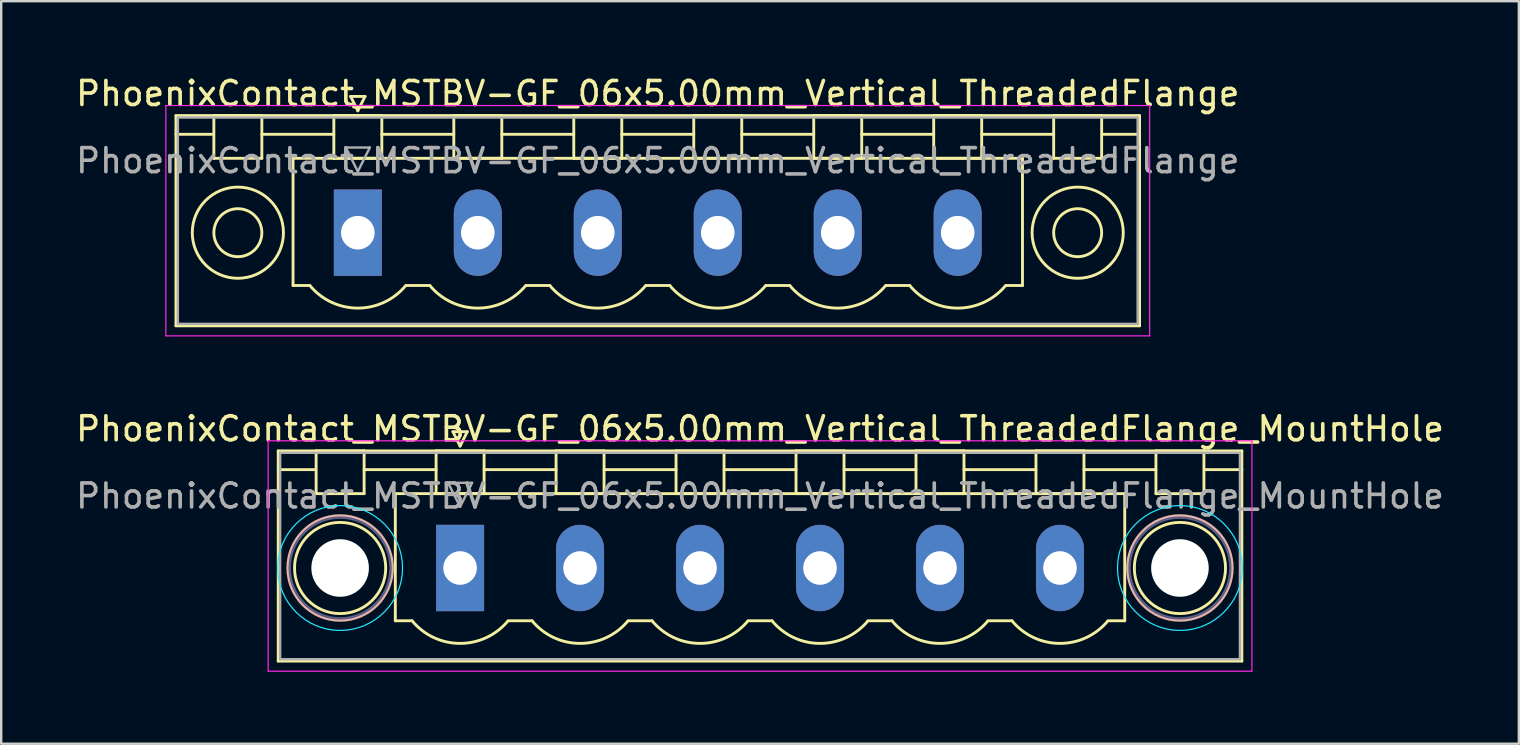
<source format=kicad_pcb>
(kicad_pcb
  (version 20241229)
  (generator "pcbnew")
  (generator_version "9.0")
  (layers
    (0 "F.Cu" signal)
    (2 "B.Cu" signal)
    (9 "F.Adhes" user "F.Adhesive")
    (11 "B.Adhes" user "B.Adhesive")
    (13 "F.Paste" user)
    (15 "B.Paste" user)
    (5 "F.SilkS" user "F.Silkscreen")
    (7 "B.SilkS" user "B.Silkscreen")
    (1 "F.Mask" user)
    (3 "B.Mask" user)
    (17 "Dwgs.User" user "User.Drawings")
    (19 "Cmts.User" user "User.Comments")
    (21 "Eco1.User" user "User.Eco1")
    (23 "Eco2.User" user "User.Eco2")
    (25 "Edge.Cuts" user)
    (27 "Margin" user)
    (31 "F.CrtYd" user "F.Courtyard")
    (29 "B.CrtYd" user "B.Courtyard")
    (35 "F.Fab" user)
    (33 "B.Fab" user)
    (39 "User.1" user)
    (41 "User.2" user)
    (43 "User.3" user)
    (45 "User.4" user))
  (footprint "PhoenixContact_MSTBV-GF_06x5.00mm_Vertical_ThreadedFlange"
    (layer "F.Cu")
    (at 11.863 6.648)
    (property "Reference" "PhoenixContact_MSTBV-GF_06x5.00mm_Vertical_ThreadedFlange" (at 12.5 -5.8 0) (layer "F.SilkS") (effects (font (size 1 1) (thickness 0.15))))
    (attr through_hole)
    (fp_line (start -7.58 -4.88) (end -7.58 3.88) (stroke (width 0.12) (type solid)) (layer "F.SilkS"))
    (fp_line (start -7.58 -4.1) (end -6.08 -4.1) (stroke (width 0.12) (type solid)) (layer "F.SilkS"))
    (fp_line (start -7.58 3.88) (end 32.58 3.88) (stroke (width 0.12) (type solid)) (layer "F.SilkS"))
    (fp_line (start -6 -4.88) (end -4 -4.88) (stroke (width 0.12) (type solid)) (layer "F.SilkS"))
    (fp_line (start -6 -3.1) (end -6 -4.88) (stroke (width 0.12) (type solid)) (layer "F.SilkS"))
    (fp_line (start -4 -4.88) (end -4 -3.1) (stroke (width 0.12) (type solid)) (layer "F.SilkS"))
    (fp_line (start -4 -4.1) (end -1 -4.1) (stroke (width 0.12) (type solid)) (layer "F.SilkS"))
    (fp_line (start -4 -3.1) (end -6 -3.1) (stroke (width 0.12) (type solid)) (layer "F.SilkS"))
    (fp_line (start -2.7 -3.1) (end 27.7 -3.1) (stroke (width 0.12) (type solid)) (layer "F.SilkS"))
    (fp_line (start -2.7 2.2) (end -2.7 -3.1) (stroke (width 0.12) (type solid)) (layer "F.SilkS"))
    (fp_line (start -2 2.2) (end -2.7 2.2) (stroke (width 0.12) (type solid)) (layer "F.SilkS"))
    (fp_line (start -1 -4.88) (end 1 -4.88) (stroke (width 0.12) (type solid)) (layer "F.SilkS"))
    (fp_line (start -1 -3.1) (end -1 -4.88) (stroke (width 0.12) (type solid)) (layer "F.SilkS"))
    (fp_line (start -0.3 -5.68) (end 0.3 -5.68) (stroke (width 0.12) (type solid)) (layer "F.SilkS"))
    (fp_line (start 0 -5.08) (end -0.3 -5.68) (stroke (width 0.12) (type solid)) (layer "F.SilkS"))
    (fp_line (start 0.3 -5.68) (end 0 -5.08) (stroke (width 0.12) (type solid)) (layer "F.SilkS"))
    (fp_line (start 1 -4.88) (end 1 -3.1) (stroke (width 0.12) (type solid)) (layer "F.SilkS"))
    (fp_line (start 1 -4.1) (end 4 -4.1) (stroke (width 0.12) (type solid)) (layer "F.SilkS"))
    (fp_line (start 1 -3.1) (end -1 -3.1) (stroke (width 0.12) (type solid)) (layer "F.SilkS"))
    (fp_line (start 2 2.2) (end 3 2.2) (stroke (width 0.12) (type solid)) (layer "F.SilkS"))
    (fp_line (start 4 -4.88) (end 6 -4.88) (stroke (width 0.12) (type solid)) (layer "F.SilkS"))
    (fp_line (start 4 -3.1) (end 4 -4.88) (stroke (width 0.12) (type solid)) (layer "F.SilkS"))
    (fp_line (start 6 -4.88) (end 6 -3.1) (stroke (width 0.12) (type solid)) (layer "F.SilkS"))
    (fp_line (start 6 -4.1) (end 9 -4.1) (stroke (width 0.12) (type solid)) (layer "F.SilkS"))
    (fp_line (start 6 -3.1) (end 4 -3.1) (stroke (width 0.12) (type solid)) (layer "F.SilkS"))
    (fp_line (start 7 2.2) (end 8 2.2) (stroke (width 0.12) (type solid)) (layer "F.SilkS"))
    (fp_line (start 9 -4.88) (end 11 -4.88) (stroke (width 0.12) (type solid)) (layer "F.SilkS"))
    (fp_line (start 9 -3.1) (end 9 -4.88) (stroke (width 0.12) (type solid)) (layer "F.SilkS"))
    (fp_line (start 11 -4.88) (end 11 -3.1) (stroke (width 0.12) (type solid)) (layer "F.SilkS"))
    (fp_line (start 11 -4.1) (end 14 -4.1) (stroke (width 0.12) (type solid)) (layer "F.SilkS"))
    (fp_line (start 11 -3.1) (end 9 -3.1) (stroke (width 0.12) (type solid)) (layer "F.SilkS"))
    (fp_line (start 12 2.2) (end 13 2.2) (stroke (width 0.12) (type solid)) (layer "F.SilkS"))
    (fp_line (start 14 -4.88) (end 16 -4.88) (stroke (width 0.12) (type solid)) (layer "F.SilkS"))
    (fp_line (start 14 -3.1) (end 14 -4.88) (stroke (width 0.12) (type solid)) (layer "F.SilkS"))
    (fp_line (start 16 -4.88) (end 16 -3.1) (stroke (width 0.12) (type solid)) (layer "F.SilkS"))
    (fp_line (start 16 -4.1) (end 19 -4.1) (stroke (width 0.12) (type solid)) (layer "F.SilkS"))
    (fp_line (start 16 -3.1) (end 14 -3.1) (stroke (width 0.12) (type solid)) (layer "F.SilkS"))
    (fp_line (start 17 2.2) (end 18 2.2) (stroke (width 0.12) (type solid)) (layer "F.SilkS"))
    (fp_line (start 19 -4.88) (end 21 -4.88) (stroke (width 0.12) (type solid)) (layer "F.SilkS"))
    (fp_line (start 19 -3.1) (end 19 -4.88) (stroke (width 0.12) (type solid)) (layer "F.SilkS"))
    (fp_line (start 21 -4.88) (end 21 -3.1) (stroke (width 0.12) (type solid)) (layer "F.SilkS"))
    (fp_line (start 21 -4.1) (end 24 -4.1) (stroke (width 0.12) (type solid)) (layer "F.SilkS"))
    (fp_line (start 21 -3.1) (end 19 -3.1) (stroke (width 0.12) (type solid)) (layer "F.SilkS"))
    (fp_line (start 22 2.2) (end 23 2.2) (stroke (width 0.12) (type solid)) (layer "F.SilkS"))
    (fp_line (start 24 -4.88) (end 26 -4.88) (stroke (width 0.12) (type solid)) (layer "F.SilkS"))
    (fp_line (start 24 -3.1) (end 24 -4.88) (stroke (width 0.12) (type solid)) (layer "F.SilkS"))
    (fp_line (start 26 -4.88) (end 26 -3.1) (stroke (width 0.12) (type solid)) (layer "F.SilkS"))
    (fp_line (start 26 -4.1) (end 29 -4.1) (stroke (width 0.12) (type solid)) (layer "F.SilkS"))
    (fp_line (start 26 -3.1) (end 24 -3.1) (stroke (width 0.12) (type solid)) (layer "F.SilkS"))
    (fp_line (start 27.7 -3.1) (end 27.7 2.2) (stroke (width 0.12) (type solid)) (layer "F.SilkS"))
    (fp_line (start 27.7 2.2) (end 27 2.2) (stroke (width 0.12) (type solid)) (layer "F.SilkS"))
    (fp_line (start 29 -4.88) (end 31 -4.88) (stroke (width 0.12) (type solid)) (layer "F.SilkS"))
    (fp_line (start 29 -3.1) (end 29 -4.88) (stroke (width 0.12) (type solid)) (layer "F.SilkS"))
    (fp_line (start 31 -4.88) (end 31 -3.1) (stroke (width 0.12) (type solid)) (layer "F.SilkS"))
    (fp_line (start 31 -3.1) (end 29 -3.1) (stroke (width 0.12) (type solid)) (layer "F.SilkS"))
    (fp_line (start 32.58 -4.88) (end -7.58 -4.88) (stroke (width 0.12) (type solid)) (layer "F.SilkS"))
    (fp_line (start 32.58 -4.1) (end 31.08 -4.1) (stroke (width 0.12) (type solid)) (layer "F.SilkS"))
    (fp_line (start 32.58 3.88) (end 32.58 -4.88) (stroke (width 0.12) (type solid)) (layer "F.SilkS"))
    (fp_arc (start 1.986842 2.215821) (mid -0.010289 3.142758) (end -2 2.2) (stroke (width 0.12) (type solid)) (layer "F.SilkS"))
    (fp_arc (start 6.986842 2.215821) (mid 4.989711 3.142758) (end 3 2.2) (stroke (width 0.12) (type solid)) (layer "F.SilkS"))
    (fp_arc (start 11.986842 2.215821) (mid 9.989711 3.142758) (end 8 2.2) (stroke (width 0.12) (type solid)) (layer "F.SilkS"))
    (fp_arc (start 16.986842 2.215821) (mid 14.989711 3.142758) (end 13 2.2) (stroke (width 0.12) (type solid)) (layer "F.SilkS"))
    (fp_arc (start 21.986842 2.215821) (mid 19.989711 3.142758) (end 18 2.2) (stroke (width 0.12) (type solid)) (layer "F.SilkS"))
    (fp_arc (start 26.986842 2.215821) (mid 24.989711 3.142758) (end 23 2.2) (stroke (width 0.12) (type solid)) (layer "F.SilkS"))
    (fp_circle (center -5 0) (end -4 0) (stroke (width 0.12) (type solid)) (fill no) (layer "F.SilkS"))
    (fp_circle (center -5 0) (end -3.1 0) (stroke (width 0.12) (type solid)) (fill no) (layer "F.SilkS"))
    (fp_circle (center 30 0) (end 31 0) (stroke (width 0.12) (type solid)) (fill no) (layer "F.SilkS"))
    (fp_circle (center 30 0) (end 31.9 0) (stroke (width 0.12) (type solid)) (fill no) (layer "F.SilkS"))
    (fp_line (start -8 -5.3) (end -8 4.3) (stroke (width 0.05) (type solid)) (layer "F.CrtYd"))
    (fp_line (start -8 4.3) (end 33 4.3) (stroke (width 0.05) (type solid)) (layer "F.CrtYd"))
    (fp_line (start 33 -5.3) (end -8 -5.3) (stroke (width 0.05) (type solid)) (layer "F.CrtYd"))
    (fp_line (start 33 4.3) (end 33 -5.3) (stroke (width 0.05) (type solid)) (layer "F.CrtYd"))
    (fp_line (start -7.5 -4.8) (end -7.5 3.8) (stroke (width 0.1) (type solid)) (layer "F.Fab"))
    (fp_line (start -7.5 3.8) (end 32.5 3.8) (stroke (width 0.1) (type solid)) (layer "F.Fab"))
    (fp_line (start -0.5 -3.55) (end 0.5 -3.55) (stroke (width 0.1) (type solid)) (layer "F.Fab"))
    (fp_line (start 0 -2.55) (end -0.5 -3.55) (stroke (width 0.1) (type solid)) (layer "F.Fab"))
    (fp_line (start 0.5 -3.55) (end 0 -2.55) (stroke (width 0.1) (type solid)) (layer "F.Fab"))
    (fp_line (start 32.5 -4.8) (end -7.5 -4.8) (stroke (width 0.1) (type solid)) (layer "F.Fab"))
    (fp_line (start 32.5 3.8) (end 32.5 -4.8) (stroke (width 0.1) (type solid)) (layer "F.Fab"))
    (fp_text user "${REFERENCE}" (at 12.5 -3 0) (layer "F.Fab") (effects (font (size 1 1) (thickness 0.15))))
    (pad "1" thru_hole rect (at 0 0) (size 2 3.6) (drill 1.4) (layers "*.Cu" "*.Mask"))
    (pad "2" thru_hole oval (at 5 0) (size 2 3.6) (drill 1.4) (layers "*.Cu" "*.Mask"))
    (pad "3" thru_hole oval (at 10 0) (size 2 3.6) (drill 1.4) (layers "*.Cu" "*.Mask"))
    (pad "4" thru_hole oval (at 15 0) (size 2 3.6) (drill 1.4) (layers "*.Cu" "*.Mask"))
    (pad "5" thru_hole oval (at 20 0) (size 2 3.6) (drill 1.4) (layers "*.Cu" "*.Mask"))
    (pad "6" thru_hole oval (at 25 0) (size 2 3.6) (drill 1.4) (layers "*.Cu" "*.Mask")))
  (footprint "PhoenixContact_MSTBV-GF_06x5.00mm_Vertical_ThreadedFlange_MountHole"
    (layer "F.Cu")
    (at 16.125 20.622)
    (property "Reference" "PhoenixContact_MSTBV-GF_06x5.00mm_Vertical_ThreadedFlange_MountHole" (at 12.5 -5.8 0) (layer "F.SilkS") (effects (font (size 1 1) (thickness 0.15))))
    (attr through_hole)
    (fp_line (start -7.58 -4.88) (end -7.58 3.88) (stroke (width 0.12) (type solid)) (layer "F.SilkS"))
    (fp_line (start -7.58 -4.1) (end -6.08 -4.1) (stroke (width 0.12) (type solid)) (layer "F.SilkS"))
    (fp_line (start -7.58 3.88) (end 32.58 3.88) (stroke (width 0.12) (type solid)) (layer "F.SilkS"))
    (fp_line (start -6 -4.88) (end -4 -4.88) (stroke (width 0.12) (type solid)) (layer "F.SilkS"))
    (fp_line (start -6 -3.1) (end -6 -4.88) (stroke (width 0.12) (type solid)) (layer "F.SilkS"))
    (fp_line (start -4 -4.88) (end -4 -3.1) (stroke (width 0.12) (type solid)) (layer "F.SilkS"))
    (fp_line (start -4 -4.1) (end -1 -4.1) (stroke (width 0.12) (type solid)) (layer "F.SilkS"))
    (fp_line (start -4 -3.1) (end -6 -3.1) (stroke (width 0.12) (type solid)) (layer "F.SilkS"))
    (fp_line (start -2.7 -3.1) (end 27.7 -3.1) (stroke (width 0.12) (type solid)) (layer "F.SilkS"))
    (fp_line (start -2.7 2.2) (end -2.7 -3.1) (stroke (width 0.12) (type solid)) (layer "F.SilkS"))
    (fp_line (start -2 2.2) (end -2.7 2.2) (stroke (width 0.12) (type solid)) (layer "F.SilkS"))
    (fp_line (start -1 -4.88) (end 1 -4.88) (stroke (width 0.12) (type solid)) (layer "F.SilkS"))
    (fp_line (start -1 -3.1) (end -1 -4.88) (stroke (width 0.12) (type solid)) (layer "F.SilkS"))
    (fp_line (start -0.3 -5.68) (end 0.3 -5.68) (stroke (width 0.12) (type solid)) (layer "F.SilkS"))
    (fp_line (start 0 -5.08) (end -0.3 -5.68) (stroke (width 0.12) (type solid)) (layer "F.SilkS"))
    (fp_line (start 0.3 -5.68) (end 0 -5.08) (stroke (width 0.12) (type solid)) (layer "F.SilkS"))
    (fp_line (start 1 -4.88) (end 1 -3.1) (stroke (width 0.12) (type solid)) (layer "F.SilkS"))
    (fp_line (start 1 -4.1) (end 4 -4.1) (stroke (width 0.12) (type solid)) (layer "F.SilkS"))
    (fp_line (start 1 -3.1) (end -1 -3.1) (stroke (width 0.12) (type solid)) (layer "F.SilkS"))
    (fp_line (start 2 2.2) (end 3 2.2) (stroke (width 0.12) (type solid)) (layer "F.SilkS"))
    (fp_line (start 4 -4.88) (end 6 -4.88) (stroke (width 0.12) (type solid)) (layer "F.SilkS"))
    (fp_line (start 4 -3.1) (end 4 -4.88) (stroke (width 0.12) (type solid)) (layer "F.SilkS"))
    (fp_line (start 6 -4.88) (end 6 -3.1) (stroke (width 0.12) (type solid)) (layer "F.SilkS"))
    (fp_line (start 6 -4.1) (end 9 -4.1) (stroke (width 0.12) (type solid)) (layer "F.SilkS"))
    (fp_line (start 6 -3.1) (end 4 -3.1) (stroke (width 0.12) (type solid)) (layer "F.SilkS"))
    (fp_line (start 7 2.2) (end 8 2.2) (stroke (width 0.12) (type solid)) (layer "F.SilkS"))
    (fp_line (start 9 -4.88) (end 11 -4.88) (stroke (width 0.12) (type solid)) (layer "F.SilkS"))
    (fp_line (start 9 -3.1) (end 9 -4.88) (stroke (width 0.12) (type solid)) (layer "F.SilkS"))
    (fp_line (start 11 -4.88) (end 11 -3.1) (stroke (width 0.12) (type solid)) (layer "F.SilkS"))
    (fp_line (start 11 -4.1) (end 14 -4.1) (stroke (width 0.12) (type solid)) (layer "F.SilkS"))
    (fp_line (start 11 -3.1) (end 9 -3.1) (stroke (width 0.12) (type solid)) (layer "F.SilkS"))
    (fp_line (start 12 2.2) (end 13 2.2) (stroke (width 0.12) (type solid)) (layer "F.SilkS"))
    (fp_line (start 14 -4.88) (end 16 -4.88) (stroke (width 0.12) (type solid)) (layer "F.SilkS"))
    (fp_line (start 14 -3.1) (end 14 -4.88) (stroke (width 0.12) (type solid)) (layer "F.SilkS"))
    (fp_line (start 16 -4.88) (end 16 -3.1) (stroke (width 0.12) (type solid)) (layer "F.SilkS"))
    (fp_line (start 16 -4.1) (end 19 -4.1) (stroke (width 0.12) (type solid)) (layer "F.SilkS"))
    (fp_line (start 16 -3.1) (end 14 -3.1) (stroke (width 0.12) (type solid)) (layer "F.SilkS"))
    (fp_line (start 17 2.2) (end 18 2.2) (stroke (width 0.12) (type solid)) (layer "F.SilkS"))
    (fp_line (start 19 -4.88) (end 21 -4.88) (stroke (width 0.12) (type solid)) (layer "F.SilkS"))
    (fp_line (start 19 -3.1) (end 19 -4.88) (stroke (width 0.12) (type solid)) (layer "F.SilkS"))
    (fp_line (start 21 -4.88) (end 21 -3.1) (stroke (width 0.12) (type solid)) (layer "F.SilkS"))
    (fp_line (start 21 -4.1) (end 24 -4.1) (stroke (width 0.12) (type solid)) (layer "F.SilkS"))
    (fp_line (start 21 -3.1) (end 19 -3.1) (stroke (width 0.12) (type solid)) (layer "F.SilkS"))
    (fp_line (start 22 2.2) (end 23 2.2) (stroke (width 0.12) (type solid)) (layer "F.SilkS"))
    (fp_line (start 24 -4.88) (end 26 -4.88) (stroke (width 0.12) (type solid)) (layer "F.SilkS"))
    (fp_line (start 24 -3.1) (end 24 -4.88) (stroke (width 0.12) (type solid)) (layer "F.SilkS"))
    (fp_line (start 26 -4.88) (end 26 -3.1) (stroke (width 0.12) (type solid)) (layer "F.SilkS"))
    (fp_line (start 26 -4.1) (end 29 -4.1) (stroke (width 0.12) (type solid)) (layer "F.SilkS"))
    (fp_line (start 26 -3.1) (end 24 -3.1) (stroke (width 0.12) (type solid)) (layer "F.SilkS"))
    (fp_line (start 27.7 -3.1) (end 27.7 2.2) (stroke (width 0.12) (type solid)) (layer "F.SilkS"))
    (fp_line (start 27.7 2.2) (end 27 2.2) (stroke (width 0.12) (type solid)) (layer "F.SilkS"))
    (fp_line (start 29 -4.88) (end 31 -4.88) (stroke (width 0.12) (type solid)) (layer "F.SilkS"))
    (fp_line (start 29 -3.1) (end 29 -4.88) (stroke (width 0.12) (type solid)) (layer "F.SilkS"))
    (fp_line (start 31 -4.88) (end 31 -3.1) (stroke (width 0.12) (type solid)) (layer "F.SilkS"))
    (fp_line (start 31 -3.1) (end 29 -3.1) (stroke (width 0.12) (type solid)) (layer "F.SilkS"))
    (fp_line (start 32.58 -4.88) (end -7.58 -4.88) (stroke (width 0.12) (type solid)) (layer "F.SilkS"))
    (fp_line (start 32.58 -4.1) (end 31.08 -4.1) (stroke (width 0.12) (type solid)) (layer "F.SilkS"))
    (fp_line (start 32.58 3.88) (end 32.58 -4.88) (stroke (width 0.12) (type solid)) (layer "F.SilkS"))
    (fp_arc (start 1.986842 2.215821) (mid -0.010289 3.142758) (end -2 2.2) (stroke (width 0.12) (type solid)) (layer "F.SilkS"))
    (fp_arc (start 6.986842 2.215821) (mid 4.989711 3.142758) (end 3 2.2) (stroke (width 0.12) (type solid)) (layer "F.SilkS"))
    (fp_arc (start 11.986842 2.215821) (mid 9.989711 3.142758) (end 8 2.2) (stroke (width 0.12) (type solid)) (layer "F.SilkS"))
    (fp_arc (start 16.986842 2.215821) (mid 14.989711 3.142758) (end 13 2.2) (stroke (width 0.12) (type solid)) (layer "F.SilkS"))
    (fp_arc (start 21.986842 2.215821) (mid 19.989711 3.142758) (end 18 2.2) (stroke (width 0.12) (type solid)) (layer "F.SilkS"))
    (fp_arc (start 26.986842 2.215821) (mid 24.989711 3.142758) (end 23 2.2) (stroke (width 0.12) (type solid)) (layer "F.SilkS"))
    (fp_circle (center -5 0) (end -3.1 0) (stroke (width 0.12) (type solid)) (fill no) (layer "F.SilkS"))
    (fp_circle (center 30 0) (end 31.9 0) (stroke (width 0.12) (type solid)) (fill no) (layer "F.SilkS"))
    (fp_circle (center -5 0) (end -2.82 0) (stroke (width 0.12) (type solid)) (fill no) (layer "B.SilkS"))
    (fp_circle (center 30 0) (end 32.18 0) (stroke (width 0.12) (type solid)) (fill no) (layer "B.SilkS"))
    (fp_circle (center -5 0) (end -2.4 0) (stroke (width 0.05) (type solid)) (fill no) (layer "B.CrtYd"))
    (fp_circle (center 30 0) (end 32.6 0) (stroke (width 0.05) (type solid)) (fill no) (layer "B.CrtYd"))
    (fp_line (start -8 -5.3) (end -8 4.3) (stroke (width 0.05) (type solid)) (layer "F.CrtYd"))
    (fp_line (start -8 4.3) (end 33 4.3) (stroke (width 0.05) (type solid)) (layer "F.CrtYd"))
    (fp_line (start 33 -5.3) (end -8 -5.3) (stroke (width 0.05) (type solid)) (layer "F.CrtYd"))
    (fp_line (start 33 4.3) (end 33 -5.3) (stroke (width 0.05) (type solid)) (layer "F.CrtYd"))
    (fp_circle (center -5 0) (end -2.9 0) (stroke (width 0.1) (type solid)) (fill no) (layer "B.Fab"))
    (fp_circle (center 30 0) (end 32.1 0) (stroke (width 0.1) (type solid)) (fill no) (layer "B.Fab"))
    (fp_line (start -7.5 -4.8) (end -7.5 3.8) (stroke (width 0.1) (type solid)) (layer "F.Fab"))
    (fp_line (start -7.5 3.8) (end 32.5 3.8) (stroke (width 0.1) (type solid)) (layer "F.Fab"))
    (fp_line (start -0.5 -3.55) (end 0.5 -3.55) (stroke (width 0.1) (type solid)) (layer "F.Fab"))
    (fp_line (start 0 -2.55) (end -0.5 -3.55) (stroke (width 0.1) (type solid)) (layer "F.Fab"))
    (fp_line (start 0.5 -3.55) (end 0 -2.55) (stroke (width 0.1) (type solid)) (layer "F.Fab"))
    (fp_line (start 32.5 -4.8) (end -7.5 -4.8) (stroke (width 0.1) (type solid)) (layer "F.Fab"))
    (fp_line (start 32.5 3.8) (end 32.5 -4.8) (stroke (width 0.1) (type solid)) (layer "F.Fab"))
    (fp_text user "${REFERENCE}" (at 12.5 -3 0) (layer "F.Fab") (effects (font (size 1 1) (thickness 0.15))))
    (pad "" np_thru_hole circle (at -5 0) (size 2.4 2.4) (drill 2.4) (layers "*.Cu" "*.Mask"))
    (pad "" np_thru_hole circle (at 30 0) (size 2.4 2.4) (drill 2.4) (layers "*.Cu" "*.Mask"))
    (pad "1" thru_hole rect (at 0 0) (size 2 3.6) (drill 1.4) (layers "*.Cu" "*.Mask"))
    (pad "2" thru_hole oval (at 5 0) (size 2 3.6) (drill 1.4) (layers "*.Cu" "*.Mask"))
    (pad "3" thru_hole oval (at 10 0) (size 2 3.6) (drill 1.4) (layers "*.Cu" "*.Mask"))
    (pad "4" thru_hole oval (at 15 0) (size 2 3.6) (drill 1.4) (layers "*.Cu" "*.Mask"))
    (pad "5" thru_hole oval (at 20 0) (size 2 3.6) (drill 1.4) (layers "*.Cu" "*.Mask"))
    (pad "6" thru_hole oval (at 25 0) (size 2 3.6) (drill 1.4) (layers "*.Cu" "*.Mask")))
  (gr_rect
    (start -3 -3)
    (end 60.25 27.947)
    (stroke (width 0.1) (type default))
    (fill no)
    (layer "Edge.Cuts")))
</source>
